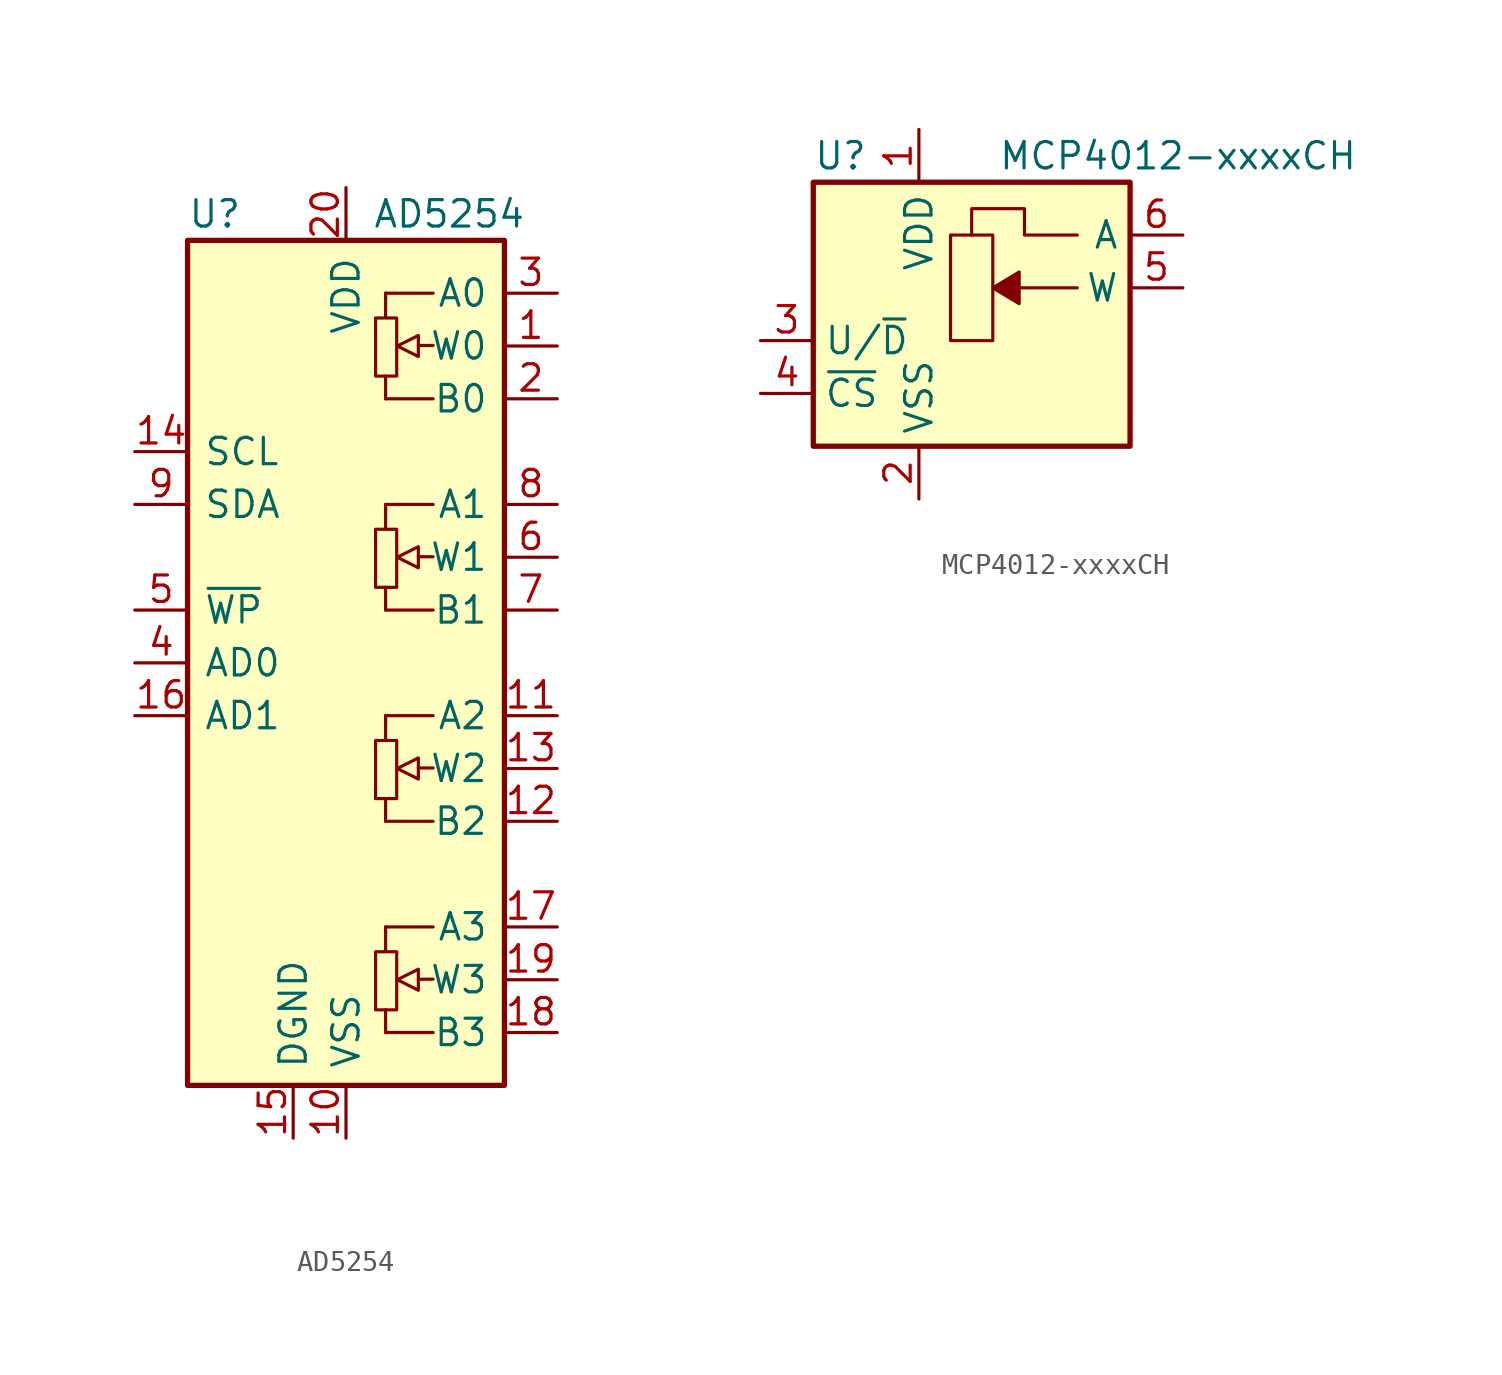
<source format=kicad_sym>
(kicad_symbol_lib
  (version 20211014)
  (generator kicad_symbol_editor)
  (symbol "AD5254"
    (pin_names
      (offset 0.762))
    (property "Reference" "U"
      (at -7.62 21.59 0)
      (effects (font (size 1.27 1.27)) (justify left)))
    (property "Value" "AD5254"
      (at 1.27 21.59 0)
      (effects (font (size 1.27 1.27)) (justify left)))
    (symbol "AD5254_0_1"
      (rectangle (start -7.62 20.32) (end 7.62 -20.32) (stroke (width 0.254) (type default) (color 0 0 0 0)) (fill (type background))))
    (symbol "AD5254_1_1"
      (polyline (pts (xy 1.905 -17.526) (xy 1.905 -16.688)) (stroke (width 0) (type default) (color 0 0 0 0)) (fill (type none)))
      (polyline (pts (xy 1.905 -12.929) (xy 1.905 -13.868)) (stroke (width 0) (type default) (color 0 0 0 0)) (fill (type none)))
      (polyline (pts (xy 1.905 -7.366) (xy 1.905 -6.528)) (stroke (width 0) (type default) (color 0 0 0 0)) (fill (type none)))
      (polyline (pts (xy 1.905 -2.769) (xy 1.905 -3.708)) (stroke (width 0) (type default) (color 0 0 0 0)) (fill (type none)))
      (polyline (pts (xy 1.905 2.794) (xy 1.905 3.632)) (stroke (width 0) (type default) (color 0 0 0 0)) (fill (type none)))
      (polyline (pts (xy 1.905 7.391) (xy 1.905 6.452)) (stroke (width 0) (type default) (color 0 0 0 0)) (fill (type none)))
      (polyline (pts (xy 1.905 12.954) (xy 1.905 13.792)) (stroke (width 0) (type default) (color 0 0 0 0)) (fill (type none)))
      (polyline (pts (xy 1.905 17.551) (xy 1.905 16.612)) (stroke (width 0) (type default) (color 0 0 0 0)) (fill (type none)))
      (polyline (pts (xy 3.48 -15.215) (xy 4.191 -15.215)) (stroke (width 0) (type default) (color 0 0 0 0)) (fill (type none)))
      (polyline (pts (xy 3.48 -5.055) (xy 4.191 -5.055)) (stroke (width 0) (type default) (color 0 0 0 0)) (fill (type none)))
      (polyline (pts (xy 3.48 5.105) (xy 4.191 5.105)) (stroke (width 0) (type default) (color 0 0 0 0)) (fill (type none)))
      (polyline (pts (xy 3.48 15.265) (xy 4.191 15.265)) (stroke (width 0) (type default) (color 0 0 0 0)) (fill (type none)))
      (polyline (pts (xy 1.905 -17.78) (xy 1.905 -17.526) (xy 1.905 -17.526)) (stroke (width 0) (type default) (color 0 0 0 0)) (fill (type background)))
      (polyline (pts (xy 1.905 -17.78) (xy 4.191 -17.78) (xy 4.191 -17.78)) (stroke (width 0) (type default) (color 0 0 0 0)) (fill (type background)))
      (polyline (pts (xy 1.905 -12.7) (xy 1.905 -12.954) (xy 1.905 -12.954)) (stroke (width 0) (type default) (color 0 0 0 0)) (fill (type none)))
      (polyline (pts (xy 1.905 -12.7) (xy 4.191 -12.7) (xy 4.191 -12.7)) (stroke (width 0) (type default) (color 0 0 0 0)) (fill (type background)))
      (polyline (pts (xy 1.905 -7.62) (xy 1.905 -7.366) (xy 1.905 -7.366)) (stroke (width 0) (type default) (color 0 0 0 0)) (fill (type background)))
      (polyline (pts (xy 1.905 -7.62) (xy 4.191 -7.62) (xy 4.191 -7.62)) (stroke (width 0) (type default) (color 0 0 0 0)) (fill (type background)))
      (polyline (pts (xy 1.905 -2.54) (xy 1.905 -2.794) (xy 1.905 -2.794)) (stroke (width 0) (type default) (color 0 0 0 0)) (fill (type none)))
      (polyline (pts (xy 1.905 -2.54) (xy 4.191 -2.54) (xy 4.191 -2.54)) (stroke (width 0) (type default) (color 0 0 0 0)) (fill (type background)))
      (polyline (pts (xy 1.905 2.54) (xy 1.905 2.794) (xy 1.905 2.794)) (stroke (width 0) (type default) (color 0 0 0 0)) (fill (type background)))
      (polyline (pts (xy 1.905 2.54) (xy 4.191 2.54) (xy 4.191 2.54)) (stroke (width 0) (type default) (color 0 0 0 0)) (fill (type background)))
      (polyline (pts (xy 1.905 7.62) (xy 1.905 7.366) (xy 1.905 7.366)) (stroke (width 0) (type default) (color 0 0 0 0)) (fill (type none)))
      (polyline (pts (xy 1.905 7.62) (xy 4.191 7.62) (xy 4.191 7.62)) (stroke (width 0) (type default) (color 0 0 0 0)) (fill (type background)))
      (polyline (pts (xy 1.905 12.7) (xy 1.905 12.954) (xy 1.905 12.954)) (stroke (width 0) (type default) (color 0 0 0 0)) (fill (type background)))
      (polyline (pts (xy 1.905 12.7) (xy 4.191 12.7) (xy 4.191 12.7)) (stroke (width 0) (type default) (color 0 0 0 0)) (fill (type background)))
      (polyline (pts (xy 1.905 17.78) (xy 1.905 17.526) (xy 1.905 17.526)) (stroke (width 0) (type default) (color 0 0 0 0)) (fill (type none)))
      (polyline (pts (xy 1.905 17.78) (xy 4.191 17.78) (xy 4.191 17.78)) (stroke (width 0) (type default) (color 0 0 0 0)) (fill (type background)))
      (polyline (pts (xy 3.48 -14.732) (xy 3.48 -15.748) (xy 2.464 -15.24) (xy 3.48 -14.732) (xy 3.48 -14.732)) (stroke (width 0) (type default) (color 0 0 0 0)) (fill (type background)))
      (polyline (pts (xy 3.48 -4.572) (xy 3.48 -5.588) (xy 2.464 -5.08) (xy 3.48 -4.572) (xy 3.48 -4.572)) (stroke (width 0) (type default) (color 0 0 0 0)) (fill (type background)))
      (polyline (pts (xy 3.48 5.588) (xy 3.48 4.572) (xy 2.464 5.08) (xy 3.48 5.588) (xy 3.48 5.588)) (stroke (width 0) (type default) (color 0 0 0 0)) (fill (type background)))
      (polyline (pts (xy 3.48 15.748) (xy 3.48 14.732) (xy 2.464 15.24) (xy 3.48 15.748) (xy 3.48 15.748)) (stroke (width 0) (type default) (color 0 0 0 0)) (fill (type background)))
      (rectangle (start 1.422 -13.894) (end 2.438 -16.688) (stroke (width 0) (type default) (color 0 0 0 0)) (fill (type none)))
      (rectangle (start 1.422 -3.734) (end 2.438 -6.528) (stroke (width 0) (type default) (color 0 0 0 0)) (fill (type none)))
      (rectangle (start 1.422 6.426) (end 2.438 3.632) (stroke (width 0) (type default) (color 0 0 0 0)) (fill (type none)))
      (rectangle (start 1.422 16.586) (end 2.438 13.792) (stroke (width 0) (type default) (color 0 0 0 0)) (fill (type none)))
      (pin passive line (at 10.16 15.24 180) (length 2.54) (name "W0" (effects (font (size 1.27 1.27)))) (number "1" (effects (font (size 1.27 1.27)))))
      (pin power_in line (at 0 -22.86 90) (length 2.54) (name "VSS" (effects (font (size 1.27 1.27)))) (number "10" (effects (font (size 1.27 1.27)))))
      (pin passive line (at 10.16 -2.54 180) (length 2.54) (name "A2" (effects (font (size 1.27 1.27)))) (number "11" (effects (font (size 1.27 1.27)))))
      (pin passive line (at 10.16 -7.62 180) (length 2.54) (name "B2" (effects (font (size 1.27 1.27)))) (number "12" (effects (font (size 1.27 1.27)))))
      (pin passive line (at 10.16 -5.08 180) (length 2.54) (name "W2" (effects (font (size 1.27 1.27)))) (number "13" (effects (font (size 1.27 1.27)))))
      (pin input line (at -10.16 10.16 0) (length 2.54) (name "SCL" (effects (font (size 1.27 1.27)))) (number "14" (effects (font (size 1.27 1.27)))))
      (pin power_in line (at -2.54 -22.86 90) (length 2.54) (name "DGND" (effects (font (size 1.27 1.27)))) (number "15" (effects (font (size 1.27 1.27)))))
      (pin input line (at -10.16 -2.54 0) (length 2.54) (name "AD1" (effects (font (size 1.27 1.27)))) (number "16" (effects (font (size 1.27 1.27)))))
      (pin passive line (at 10.16 -12.7 180) (length 2.54) (name "A3" (effects (font (size 1.27 1.27)))) (number "17" (effects (font (size 1.27 1.27)))))
      (pin passive line (at 10.16 -17.78 180) (length 2.54) (name "B3" (effects (font (size 1.27 1.27)))) (number "18" (effects (font (size 1.27 1.27)))))
      (pin passive line (at 10.16 -15.24 180) (length 2.54) (name "W3" (effects (font (size 1.27 1.27)))) (number "19" (effects (font (size 1.27 1.27)))))
      (pin passive line (at 10.16 12.7 180) (length 2.54) (name "B0" (effects (font (size 1.27 1.27)))) (number "2" (effects (font (size 1.27 1.27)))))
      (pin power_in line (at 0 22.86 270) (length 2.54) (name "VDD" (effects (font (size 1.27 1.27)))) (number "20" (effects (font (size 1.27 1.27)))))
      (pin passive line (at 10.16 17.78 180) (length 2.54) (name "A0" (effects (font (size 1.27 1.27)))) (number "3" (effects (font (size 1.27 1.27)))))
      (pin input line (at -10.16 0 0) (length 2.54) (name "AD0" (effects (font (size 1.27 1.27)))) (number "4" (effects (font (size 1.27 1.27)))))
      (pin input line (at -10.16 2.54 0) (length 2.54) (name "~{WP}" (effects (font (size 1.27 1.27)))) (number "5" (effects (font (size 1.27 1.27)))))
      (pin passive line (at 10.16 5.08 180) (length 2.54) (name "W1" (effects (font (size 1.27 1.27)))) (number "6" (effects (font (size 1.27 1.27)))))
      (pin passive line (at 10.16 2.54 180) (length 2.54) (name "B1" (effects (font (size 1.27 1.27)))) (number "7" (effects (font (size 1.27 1.27)))))
      (pin passive line (at 10.16 7.62 180) (length 2.54) (name "A1" (effects (font (size 1.27 1.27)))) (number "8" (effects (font (size 1.27 1.27)))))
      (pin bidirectional line (at -10.16 7.62 0) (length 2.54) (name "SDA" (effects (font (size 1.27 1.27)))) (number "9" (effects (font (size 1.27 1.27)))))))
  (symbol "MCP4012-xxxxCH"
    (property "Reference" "U"
      (at -7.62 8.89 0)
      (effects (font (size 1.27 1.27)) (justify left)))
    (property "Value" "MCP4012-xxxxCH"
      (at 1.27 8.89 0)
      (effects (font (size 1.27 1.27)) (justify left)))
    (symbol "MCP4012-xxxxCH_0_1"
      (polyline (pts (xy 5.08 2.54) (xy 3.81 2.54) (xy 1.27 2.54)) (stroke (width 0) (type default) (color 0 0 0 0)) (fill (type none)))
      (polyline (pts (xy 2.286 1.778) (xy 2.286 3.302) (xy 1.016 2.54) (xy 2.286 1.778)) (stroke (width 0) (type default) (color 0 0 0 0)) (fill (type outline)))
      (polyline (pts (xy 5.08 5.08) (xy 2.54 5.08) (xy 2.54 6.35) (xy 0 6.35) (xy 0 5.08)) (stroke (width 0) (type default) (color 0 0 0 0)) (fill (type none)))
      (rectangle (start 1.016 0) (end -1.016 5.08) (stroke (width 0) (type default) (color 0 0 0 0)) (fill (type none))))
    (symbol "MCP4012-xxxxCH_1_1"
      (rectangle (start -7.62 7.62) (end 7.62 -5.08) (stroke (width 0.254) (type default) (color 0 0 0 0)) (fill (type background)))
      (pin power_in line (at -2.54 10.16 270) (length 2.54) (name "VDD" (effects (font (size 1.27 1.27)))) (number "1" (effects (font (size 1.27 1.27)))))
      (pin power_in line (at -2.54 -7.62 90) (length 2.54) (name "VSS" (effects (font (size 1.27 1.27)))) (number "2" (effects (font (size 1.27 1.27)))))
      (pin input line (at -10.16 0 0) (length 2.54) (name "U/~{D}" (effects (font (size 1.27 1.27)))) (number "3" (effects (font (size 1.27 1.27)))))
      (pin input line (at -10.16 -2.54 0) (length 2.54) (name "~{CS}" (effects (font (size 1.27 1.27)))) (number "4" (effects (font (size 1.27 1.27)))))
      (pin passive line (at 10.16 2.54 180) (length 2.54) (name "W" (effects (font (size 1.27 1.27)))) (number "5" (effects (font (size 1.27 1.27)))))
      (pin passive line (at 10.16 5.08 180) (length 2.54) (name "A" (effects (font (size 1.27 1.27)))) (number "6" (effects (font (size 1.27 1.27))))))))
</source>
